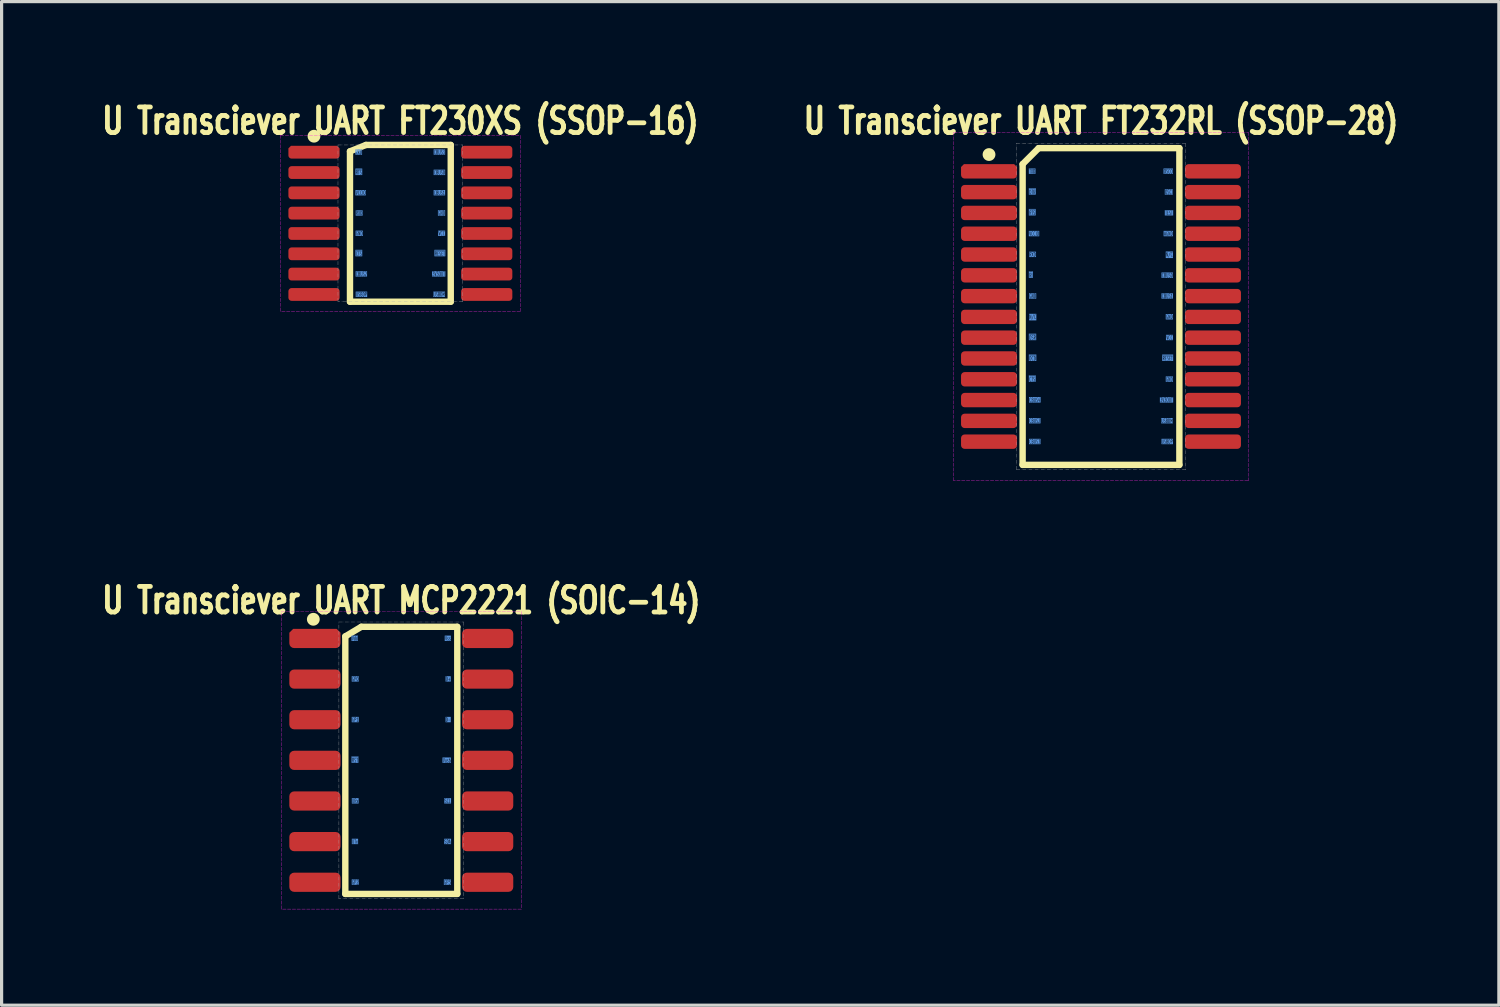
<source format=kicad_pcb>
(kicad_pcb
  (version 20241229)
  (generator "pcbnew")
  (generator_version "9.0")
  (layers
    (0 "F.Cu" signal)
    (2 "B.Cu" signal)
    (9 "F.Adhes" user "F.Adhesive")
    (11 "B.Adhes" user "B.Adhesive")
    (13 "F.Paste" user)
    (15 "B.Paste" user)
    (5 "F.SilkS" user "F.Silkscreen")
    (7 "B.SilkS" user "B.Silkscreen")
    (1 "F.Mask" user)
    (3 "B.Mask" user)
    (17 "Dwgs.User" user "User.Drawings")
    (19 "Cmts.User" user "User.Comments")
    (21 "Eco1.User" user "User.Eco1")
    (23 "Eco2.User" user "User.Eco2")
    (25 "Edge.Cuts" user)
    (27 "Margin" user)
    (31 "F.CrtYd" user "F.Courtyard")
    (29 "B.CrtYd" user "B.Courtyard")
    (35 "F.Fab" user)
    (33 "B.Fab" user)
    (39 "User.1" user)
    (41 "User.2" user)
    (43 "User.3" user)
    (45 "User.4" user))
  (footprint "U Transciever UART FT230XS (SSOP-16)"
    (layer "F.Cu")
    (at 9.465 3.931)
    (property "Reference" "U Transciever UART FT230XS (SSOP-16)" (at 0 -3.2 0) (layer "F.SilkS") (effects (font (size 0.8 0.6) (thickness 0.15))))
    (attr smd)
    (fp_line (start -1.575 -2.25) (end -1.075 -2.45) (stroke (width 0.2) (type default)) (layer "F.SilkS"))
    (fp_line (start -1.575 2.45) (end -1.575 -2.25) (stroke (width 0.2) (type default)) (layer "F.SilkS"))
    (fp_line (start -1.075 -2.45) (end 1.575 -2.45) (stroke (width 0.2) (type default)) (layer "F.SilkS"))
    (fp_line (start 1.575 -2.45) (end 1.575 2.45) (stroke (width 0.2) (type default)) (layer "F.SilkS"))
    (fp_line (start 1.575 2.45) (end -1.575 2.45) (stroke (width 0.2) (type default)) (layer "F.SilkS"))
    (fp_circle (center -2.7 -2.723) (end -2.55 -2.723) (stroke (width 0.1) (type solid)) (fill yes) (layer "F.SilkS"))
    (fp_rect (start -3.75 -2.75) (end 3.75 2.75) (stroke (width 0.01) (type dash)) (fill no) (layer "F.CrtYd"))
    (fp_rect (start -1.95 -2.45) (end 1.95 2.45) (stroke (width 0.01) (type dash_dot)) (fill no) (layer "F.Fab"))
    (fp_text user "~{RTS}" (at -1.4 -1.587 0) (layer "Cmts.User" knockout) (effects (font (size 0.13 0.07) (thickness 0.01)) (justify left)))
    (fp_text user "TXD" (at -1.4 -2.223 0) (layer "Cmts.User" knockout) (effects (font (size 0.13 0.07) (thickness 0.01)) (justify left)))
    (fp_text user "USBDM" (at 1.4 2.223 0) (layer "Cmts.User" knockout) (effects (font (size 0.13 0.07) (thickness 0.01)) (justify right)))
    (fp_text user "USBDP" (at -1.4 2.223 0) (layer "Cmts.User" knockout) (effects (font (size 0.13 0.07) (thickness 0.01)) (justify left)))
    (fp_text user "~{CTS}" (at -1.4 0.953 0) (layer "Cmts.User" knockout) (effects (font (size 0.13 0.07) (thickness 0.01)) (justify left)))
    (fp_text user "3V3OUT" (at 1.4 1.587 0) (layer "Cmts.User" knockout) (effects (font (size 0.13 0.07) (thickness 0.01) (bold yes)) (justify right)))
    (fp_text user "~{RESET}" (at 1.4 0.953 0) (layer "Cmts.User" knockout) (effects (font (size 0.13 0.07) (thickness 0.01) (bold yes)) (justify right)))
    (fp_text user "GND" (at -1.4 0.318 0) (layer "Cmts.User" knockout) (effects (font (size 0.13 0.07) (thickness 0.01) (bold yes)) (justify left)))
    (fp_text user "RXD" (at -1.4 -0.318 0) (layer "Cmts.User" knockout) (effects (font (size 0.13 0.07) (thickness 0.01)) (justify left)))
    (fp_text user "CBUS1" (at 1.4 -0.953 0) (layer "Cmts.User" knockout) (effects (font (size 0.13 0.07) (thickness 0.01)) (justify right)))
    (fp_text user "CBUS0" (at 1.4 -1.587 0) (layer "Cmts.User" knockout) (effects (font (size 0.13 0.07) (thickness 0.01)) (justify right)))
    (fp_text user "VCC" (at 1.4 0.318 0) (layer "Cmts.User" knockout) (effects (font (size 0.13 0.07) (thickness 0.01)) (justify right)))
    (fp_text user "CBUS2" (at -1.4 1.587 0) (layer "Cmts.User" knockout) (effects (font (size 0.13 0.07) (thickness 0.01)) (justify left)))
    (fp_text user "CBUS3" (at 1.4 -2.223 0) (layer "Cmts.User" knockout) (effects (font (size 0.13 0.07) (thickness 0.01)) (justify right)))
    (fp_text user "VCCIO" (at -1.4 -0.953 0) (layer "Cmts.User" knockout) (effects (font (size 0.13 0.07) (thickness 0.01) (bold yes)) (justify left)))
    (fp_text user "GND" (at 1.4 -0.318 0) (layer "Cmts.User" knockout) (effects (font (size 0.13 0.07) (thickness 0.01)) (justify right)))
    (pad "1" smd roundrect (at -2.7 -2.223) (size 1.6 0.4) (layers "F.Cu" "F.Mask" "F.Paste") (roundrect_rratio 0.25) (chamfer_ratio 0.2) (chamfer top_left top_right))
    (pad "2" smd roundrect (at -2.7 -1.587) (size 1.6 0.4) (layers "F.Cu" "F.Mask" "F.Paste") (roundrect_rratio 0.25))
    (pad "3" smd roundrect (at -2.7 -0.953) (size 1.6 0.4) (layers "F.Cu" "F.Mask" "F.Paste") (roundrect_rratio 0.25))
    (pad "4" smd roundrect (at -2.7 -0.318) (size 1.6 0.4) (layers "F.Cu" "F.Mask" "F.Paste") (roundrect_rratio 0.25))
    (pad "5" smd roundrect (at -2.7 0.318) (size 1.6 0.4) (layers "F.Cu" "F.Mask" "F.Paste") (roundrect_rratio 0.25))
    (pad "6" smd roundrect (at -2.7 0.953) (size 1.6 0.4) (layers "F.Cu" "F.Mask" "F.Paste") (roundrect_rratio 0.25))
    (pad "7" smd roundrect (at -2.7 1.587) (size 1.6 0.4) (layers "F.Cu" "F.Mask" "F.Paste") (roundrect_rratio 0.25))
    (pad "8" smd roundrect (at -2.7 2.223) (size 1.6 0.4) (layers "F.Cu" "F.Mask" "F.Paste") (roundrect_rratio 0.25))
    (pad "9" smd roundrect (at 2.7 2.223) (size 1.6 0.4) (layers "F.Cu" "F.Mask" "F.Paste") (roundrect_rratio 0.25))
    (pad "10" smd roundrect (at 2.7 1.587) (size 1.6 0.4) (layers "F.Cu" "F.Mask" "F.Paste") (roundrect_rratio 0.25))
    (pad "11" smd roundrect (at 2.7 0.953) (size 1.6 0.4) (layers "F.Cu" "F.Mask" "F.Paste") (roundrect_rratio 0.25))
    (pad "12" smd roundrect (at 2.7 0.318) (size 1.6 0.4) (layers "F.Cu" "F.Mask" "F.Paste") (roundrect_rratio 0.25))
    (pad "13" smd roundrect (at 2.7 -0.318) (size 1.6 0.4) (layers "F.Cu" "F.Mask" "F.Paste") (roundrect_rratio 0.25))
    (pad "14" smd roundrect (at 2.7 -0.953) (size 1.6 0.4) (layers "F.Cu" "F.Mask" "F.Paste") (roundrect_rratio 0.25))
    (pad "15" smd roundrect (at 2.7 -1.587) (size 1.6 0.4) (layers "F.Cu" "F.Mask" "F.Paste") (roundrect_rratio 0.25))
    (pad "16" smd roundrect (at 2.7 -2.223) (size 1.6 0.4) (layers "F.Cu" "F.Mask" "F.Paste") (roundrect_rratio 0.25)))
  (footprint "U Transciever UART MCP2221 (SOIC-14)"
    (layer "F.Cu")
    (at 9.494 20.718)
    (property "Reference" "U Transciever UART MCP2221 (SOIC-14)" (at 0 -5 0) (layer "F.SilkS") (effects (font (size 0.8 0.6) (thickness 0.15))))
    (attr smd)
    (fp_line (start -1.75 -3.875) (end -1.25 -4.175) (stroke (width 0.2) (type default)) (layer "F.SilkS"))
    (fp_line (start -1.75 4.175) (end -1.75 -3.875) (stroke (width 0.2) (type default)) (layer "F.SilkS"))
    (fp_line (start -1.25 -4.175) (end 1.75 -4.175) (stroke (width 0.2) (type default)) (layer "F.SilkS"))
    (fp_line (start 1.75 -4.175) (end 1.75 4.175) (stroke (width 0.2) (type default)) (layer "F.SilkS"))
    (fp_line (start 1.75 4.175) (end -1.75 4.175) (stroke (width 0.2) (type default)) (layer "F.SilkS"))
    (fp_circle (center -2.75 -4.41) (end -2.6 -4.41) (stroke (width 0.1) (type solid)) (fill yes) (layer "F.SilkS"))
    (fp_rect (start -3.75 -4.65) (end 3.75 4.65) (stroke (width 0.01) (type dash)) (fill no) (layer "F.CrtYd"))
    (fp_rect (start -1.95 -4.325) (end 1.95 4.325) (stroke (width 0.01) (type dash_dot)) (fill no) (layer "F.Fab"))
    (fp_text user "GP1" (at -1.55 -1.27 0) (layer "Cmts.User" knockout) (effects (font (size 0.13 0.07) (thickness 0.01)) (justify left)))
    (fp_text user "UTx" (at -1.55 2.54 0) (layer "Cmts.User" knockout) (effects (font (size 0.13 0.07) (thickness 0.01)) (justify left)))
    (fp_text user "Vdd" (at -1.55 -3.81 0) (layer "Cmts.User" knockout) (effects (font (size 0.13 0.07) (thickness 0.01) (bold yes)) (justify left)))
    (fp_text user "SDA" (at 1.55 2.54 0) (layer "Cmts.User" knockout) (effects (font (size 0.13 0.07) (thickness 0.01) (bold yes)) (justify right)))
    (fp_text user "GP0" (at -1.55 -2.54 0) (layer "Cmts.User" knockout) (effects (font (size 0.13 0.07) (thickness 0.01)) (justify left)))
    (fp_text user "Vss" (at 1.55 -3.81 0) (layer "Cmts.User" knockout) (effects (font (size 0.13 0.07) (thickness 0.01) (bold yes)) (justify right)))
    (fp_text user "D+" (at 1.55 -2.54 0) (layer "Cmts.User" knockout) (effects (font (size 0.13 0.07) (thickness 0.01)) (justify right)))
    (fp_text user "~{RST}" (at -1.55 0 0) (layer "Cmts.User" knockout) (effects (font (size 0.13 0.07) (thickness 0.01) (bold yes)) (justify left)))
    (fp_text user "GP2" (at -1.55 3.81 0) (layer "Cmts.User" knockout) (effects (font (size 0.13 0.07) (thickness 0.01)) (justify left)))
    (fp_text user "D-" (at 1.55 -1.27 0) (layer "Cmts.User" knockout) (effects (font (size 0.13 0.07) (thickness 0.01)) (justify right)))
    (fp_text user "SCL" (at 1.55 1.27 0) (layer "Cmts.User" knockout) (effects (font (size 0.13 0.07) (thickness 0.01) (bold yes)) (justify right)))
    (fp_text user "URx" (at -1.55 1.27 0) (layer "Cmts.User" knockout) (effects (font (size 0.13 0.07) (thickness 0.01)) (justify left)))
    (fp_text user "Vusb" (at 1.55 0 0) (layer "Cmts.User" knockout) (effects (font (size 0.13 0.07) (thickness 0.01) (bold yes)) (justify right)))
    (fp_text user "GP3" (at 1.55 3.81 0) (layer "Cmts.User" knockout) (effects (font (size 0.13 0.07) (thickness 0.01)) (justify right)))
    (pad "1" smd roundrect (at -2.7 -3.81) (size 1.6 0.6) (layers "F.Cu" "F.Mask" "F.Paste") (roundrect_rratio 0.25) (chamfer_ratio 0.2) (chamfer top_left top_right))
    (pad "2" smd roundrect (at -2.7 -2.54) (size 1.6 0.6) (layers "F.Cu" "F.Mask" "F.Paste") (roundrect_rratio 0.25))
    (pad "3" smd roundrect (at -2.7 -1.27) (size 1.6 0.6) (layers "F.Cu" "F.Mask" "F.Paste") (roundrect_rratio 0.25))
    (pad "4" smd roundrect (at -2.7 0) (size 1.6 0.6) (layers "F.Cu" "F.Mask" "F.Paste") (roundrect_rratio 0.25))
    (pad "5" smd roundrect (at -2.7 1.27) (size 1.6 0.6) (layers "F.Cu" "F.Mask" "F.Paste") (roundrect_rratio 0.25))
    (pad "6" smd roundrect (at -2.7 2.54) (size 1.6 0.6) (layers "F.Cu" "F.Mask" "F.Paste") (roundrect_rratio 0.25))
    (pad "7" smd roundrect (at -2.7 3.81) (size 1.6 0.6) (layers "F.Cu" "F.Mask" "F.Paste") (roundrect_rratio 0.25))
    (pad "8" smd roundrect (at 2.7 3.81) (size 1.6 0.6) (layers "F.Cu" "F.Mask" "F.Paste") (roundrect_rratio 0.25))
    (pad "9" smd roundrect (at 2.7 2.54) (size 1.6 0.6) (layers "F.Cu" "F.Mask" "F.Paste") (roundrect_rratio 0.25))
    (pad "10" smd roundrect (at 2.7 1.27) (size 1.6 0.6) (layers "F.Cu" "F.Mask" "F.Paste") (roundrect_rratio 0.25))
    (pad "11" smd roundrect (at 2.7 0) (size 1.6 0.6) (layers "F.Cu" "F.Mask" "F.Paste") (roundrect_rratio 0.25))
    (pad "12" smd roundrect (at 2.7 -1.27) (size 1.6 0.6) (layers "F.Cu" "F.Mask" "F.Paste") (roundrect_rratio 0.25))
    (pad "13" smd roundrect (at 2.7 -2.54) (size 1.6 0.6) (layers "F.Cu" "F.Mask" "F.Paste") (roundrect_rratio 0.25))
    (pad "14" smd roundrect (at 2.7 -3.81) (size 1.6 0.6) (layers "F.Cu" "F.Mask" "F.Paste") (roundrect_rratio 0.25)))
  (footprint "U Transciever UART FT232RL (SSOP-28)"
    (layer "F.Cu")
    (at 31.366 6.531)
    (property "Reference" "U Transciever UART FT232RL (SSOP-28)" (at 0 -5.8 0) (layer "F.SilkS") (effects (font (size 0.8 0.6) (thickness 0.15))))
    (attr smd)
    (fp_line (start -2.45 -4.45) (end -1.95 -4.95) (stroke (width 0.2) (type default)) (layer "F.SilkS"))
    (fp_line (start -2.45 4.95) (end -2.45 -4.45) (stroke (width 0.2) (type default)) (layer "F.SilkS"))
    (fp_line (start -1.95 -4.95) (end 2.45 -4.95) (stroke (width 0.2) (type default)) (layer "F.SilkS"))
    (fp_line (start 2.45 -4.95) (end 2.45 4.95) (stroke (width 0.2) (type default)) (layer "F.SilkS"))
    (fp_line (start 2.45 4.95) (end -2.45 4.95) (stroke (width 0.2) (type default)) (layer "F.SilkS"))
    (fp_circle (center -3.5 -4.75) (end -3.35 -4.75) (stroke (width 0.1) (type solid)) (fill yes) (layer "F.SilkS"))
    (fp_rect (start -4.6 -5.45) (end 4.6 5.45) (stroke (width 0.01) (type dash)) (fill no) (layer "F.CrtYd"))
    (fp_rect (start -2.65 -5.1) (end 2.65 5.1) (stroke (width 0.01) (type dash_dot)) (fill no) (layer "F.Fab"))
    (fp_text user "OSCO" (at 2.25 -4.225 0) (layer "Cmts.User" knockout) (effects (font (size 0.13 0.07) (thickness 0.01) (bold yes)) (justify right)))
    (fp_text user "GND" (at 2.25 0.325 0) (layer "Cmts.User" knockout) (effects (font (size 0.13 0.07) (thickness 0.01)) (justify right)))
    (fp_text user "N/C" (at -2.25 0.325 0) (layer "Cmts.User" knockout) (effects (font (size 0.13 0.07) (thickness 0.01) (bold yes)) (justify left)))
    (fp_text user "~{RI}" (at -2.25 -0.975 0) (layer "Cmts.User" knockout) (effects (font (size 0.13 0.07) (thickness 0.01) (bold yes)) (justify left)))
    (fp_text user "3V3OUT" (at 2.25 2.925 0) (layer "Cmts.User" knockout) (effects (font (size 0.13 0.07) (thickness 0.01)) (justify right)))
    (fp_text user "~{DSR}" (at -2.25 0.975 0) (layer "Cmts.User" knockout) (effects (font (size 0.13 0.07) (thickness 0.01)) (justify left)))
    (fp_text user "~{DCD}" (at -2.25 1.625 0) (layer "Cmts.User" knockout) (effects (font (size 0.13 0.07) (thickness 0.01)) (justify left)))
    (fp_text user "GND" (at -2.25 -0.325 0) (layer "Cmts.User" knockout) (effects (font (size 0.13 0.07) (thickness 0.01)) (justify left)))
    (fp_text user "N/C" (at 2.25 -1.625 0) (layer "Cmts.User" knockout) (effects (font (size 0.13 0.07) (thickness 0.01)) (justify right)))
    (fp_text user "CBUS3" (at -2.25 4.225 0) (layer "Cmts.User" knockout) (effects (font (size 0.13 0.07) (thickness 0.01) (bold yes)) (justify left)))
    (fp_text user "CBUS1" (at 2.25 -0.325 0) (layer "Cmts.User" knockout) (effects (font (size 0.13 0.07) (thickness 0.01)) (justify right)))
    (fp_text user "CBUS2" (at -2.25 3.575 0) (layer "Cmts.User" knockout) (effects (font (size 0.13 0.07) (thickness 0.01)) (justify left)))
    (fp_text user "CBUS4" (at -2.25 2.925 0) (layer "Cmts.User" knockout) (effects (font (size 0.13 0.07) (thickness 0.01)) (justify left)))
    (fp_text user "VCC" (at 2.25 0.975 0) (layer "Cmts.User" knockout) (effects (font (size 0.13 0.07) (thickness 0.01) (bold yes)) (justify right)))
    (fp_text user "CBUS0" (at 2.25 -0.975 0) (layer "Cmts.User" knockout) (effects (font (size 0.13 0.07) (thickness 0.01)) (justify right)))
    (fp_text user "USBDM" (at 2.25 3.575 0) (layer "Cmts.User" knockout) (effects (font (size 0.13 0.07) (thickness 0.01)) (justify right)))
    (fp_text user "VCCIO" (at -2.25 -2.275 0) (layer "Cmts.User" knockout) (effects (font (size 0.13 0.07) (thickness 0.01)) (justify left)))
    (fp_text user "AGND" (at 2.25 -2.275 0) (layer "Cmts.User" knockout) (effects (font (size 0.13 0.07) (thickness 0.01)) (justify right)))
    (fp_text user "~{RTS}" (at -2.25 -2.925 0) (layer "Cmts.User" knockout) (effects (font (size 0.13 0.07) (thickness 0.01)) (justify left)))
    (fp_text user "~{CTS}" (at -2.25 2.275 0) (layer "Cmts.User" knockout) (effects (font (size 0.13 0.07) (thickness 0.01)) (justify left)))
    (fp_text user "TEST" (at 2.25 -2.925 0) (layer "Cmts.User" knockout) (effects (font (size 0.13 0.07) (thickness 0.01)) (justify right)))
    (fp_text user "OSCI" (at 2.25 -3.575 0) (layer "Cmts.User" knockout) (effects (font (size 0.13 0.07) (thickness 0.01) (bold yes)) (justify right)))
    (fp_text user "TXD" (at -2.25 -4.225 0) (layer "Cmts.User" knockout) (effects (font (size 0.13 0.07) (thickness 0.01) (bold yes)) (justify left)))
    (fp_text user "USBDP" (at 2.25 4.225 0) (layer "Cmts.User" knockout) (effects (font (size 0.13 0.07) (thickness 0.01)) (justify right)))
    (fp_text user "GND" (at 2.25 2.275 0) (layer "Cmts.User" knockout) (effects (font (size 0.13 0.07) (thickness 0.01)) (justify right)))
    (fp_text user "~{DTR}" (at -2.25 -3.575 0) (layer "Cmts.User" knockout) (effects (font (size 0.13 0.07) (thickness 0.01)) (justify left)))
    (fp_text user "~{RESET}" (at 2.25 1.625 0) (layer "Cmts.User" knockout) (effects (font (size 0.13 0.07) (thickness 0.01) (bold yes)) (justify right)))
    (fp_text user "RXD" (at -2.25 -1.625 0) (layer "Cmts.User" knockout) (effects (font (size 0.13 0.07) (thickness 0.01)) (justify left)))
    (pad "1" smd roundrect (at -3.5 -4.225) (size 1.75 0.45) (layers "F.Cu" "F.Mask" "F.Paste") (roundrect_rratio 0.25) (chamfer_ratio 0.2) (chamfer top_left top_right))
    (pad "2" smd roundrect (at -3.5 -3.575) (size 1.75 0.45) (layers "F.Cu" "F.Mask" "F.Paste") (roundrect_rratio 0.25))
    (pad "3" smd roundrect (at -3.5 -2.925) (size 1.75 0.45) (layers "F.Cu" "F.Mask" "F.Paste") (roundrect_rratio 0.25))
    (pad "4" smd roundrect (at -3.5 -2.275) (size 1.75 0.45) (layers "F.Cu" "F.Mask" "F.Paste") (roundrect_rratio 0.25))
    (pad "5" smd roundrect (at -3.5 -1.625) (size 1.75 0.45) (layers "F.Cu" "F.Mask" "F.Paste") (roundrect_rratio 0.25))
    (pad "6" smd roundrect (at -3.5 -0.975) (size 1.75 0.45) (layers "F.Cu" "F.Mask" "F.Paste") (roundrect_rratio 0.25))
    (pad "7" smd roundrect (at -3.5 -0.325) (size 1.75 0.45) (layers "F.Cu" "F.Mask" "F.Paste") (roundrect_rratio 0.25))
    (pad "8" smd roundrect (at -3.5 0.325) (size 1.75 0.45) (layers "F.Cu" "F.Mask" "F.Paste") (roundrect_rratio 0.25))
    (pad "9" smd roundrect (at -3.5 0.975) (size 1.75 0.45) (layers "F.Cu" "F.Mask" "F.Paste") (roundrect_rratio 0.25))
    (pad "10" smd roundrect (at -3.5 1.625) (size 1.75 0.45) (layers "F.Cu" "F.Mask" "F.Paste") (roundrect_rratio 0.25))
    (pad "11" smd roundrect (at -3.5 2.275) (size 1.75 0.45) (layers "F.Cu" "F.Mask" "F.Paste") (roundrect_rratio 0.25))
    (pad "12" smd roundrect (at -3.5 2.925) (size 1.75 0.45) (layers "F.Cu" "F.Mask" "F.Paste") (roundrect_rratio 0.25))
    (pad "13" smd roundrect (at -3.5 3.575) (size 1.75 0.45) (layers "F.Cu" "F.Mask" "F.Paste") (roundrect_rratio 0.25))
    (pad "14" smd roundrect (at -3.5 4.225) (size 1.75 0.45) (layers "F.Cu" "F.Mask" "F.Paste") (roundrect_rratio 0.25))
    (pad "15" smd roundrect (at 3.5 4.225) (size 1.75 0.45) (layers "F.Cu" "F.Mask" "F.Paste") (roundrect_rratio 0.25))
    (pad "16" smd roundrect (at 3.5 3.575) (size 1.75 0.45) (layers "F.Cu" "F.Mask" "F.Paste") (roundrect_rratio 0.25))
    (pad "17" smd roundrect (at 3.5 2.925) (size 1.75 0.45) (layers "F.Cu" "F.Mask" "F.Paste") (roundrect_rratio 0.25))
    (pad "18" smd roundrect (at 3.5 2.275) (size 1.75 0.45) (layers "F.Cu" "F.Mask" "F.Paste") (roundrect_rratio 0.25))
    (pad "19" smd roundrect (at 3.5 1.625) (size 1.75 0.45) (layers "F.Cu" "F.Mask" "F.Paste") (roundrect_rratio 0.25))
    (pad "20" smd roundrect (at 3.5 0.975) (size 1.75 0.45) (layers "F.Cu" "F.Mask" "F.Paste") (roundrect_rratio 0.25))
    (pad "21" smd roundrect (at 3.5 0.325) (size 1.75 0.45) (layers "F.Cu" "F.Mask" "F.Paste") (roundrect_rratio 0.25))
    (pad "22" smd roundrect (at 3.5 -0.325) (size 1.75 0.45) (layers "F.Cu" "F.Mask" "F.Paste") (roundrect_rratio 0.25))
    (pad "23" smd roundrect (at 3.5 -0.975) (size 1.75 0.45) (layers "F.Cu" "F.Mask" "F.Paste") (roundrect_rratio 0.25))
    (pad "24" smd roundrect (at 3.5 -1.625) (size 1.75 0.45) (layers "F.Cu" "F.Mask" "F.Paste") (roundrect_rratio 0.25))
    (pad "25" smd roundrect (at 3.5 -2.275) (size 1.75 0.45) (layers "F.Cu" "F.Mask" "F.Paste") (roundrect_rratio 0.25))
    (pad "26" smd roundrect (at 3.5 -2.925) (size 1.75 0.45) (layers "F.Cu" "F.Mask" "F.Paste") (roundrect_rratio 0.25))
    (pad "27" smd roundrect (at 3.5 -3.575) (size 1.75 0.45) (layers "F.Cu" "F.Mask" "F.Paste") (roundrect_rratio 0.25))
    (pad "28" smd roundrect (at 3.5 -4.225) (size 1.75 0.45) (layers "F.Cu" "F.Mask" "F.Paste") (roundrect_rratio 0.25)))
  (gr_rect
    (start -3 -3)
    (end 43.803 28.372)
    (stroke (width 0.1) (type default))
    (fill no)
    (layer "Edge.Cuts")))
</source>
